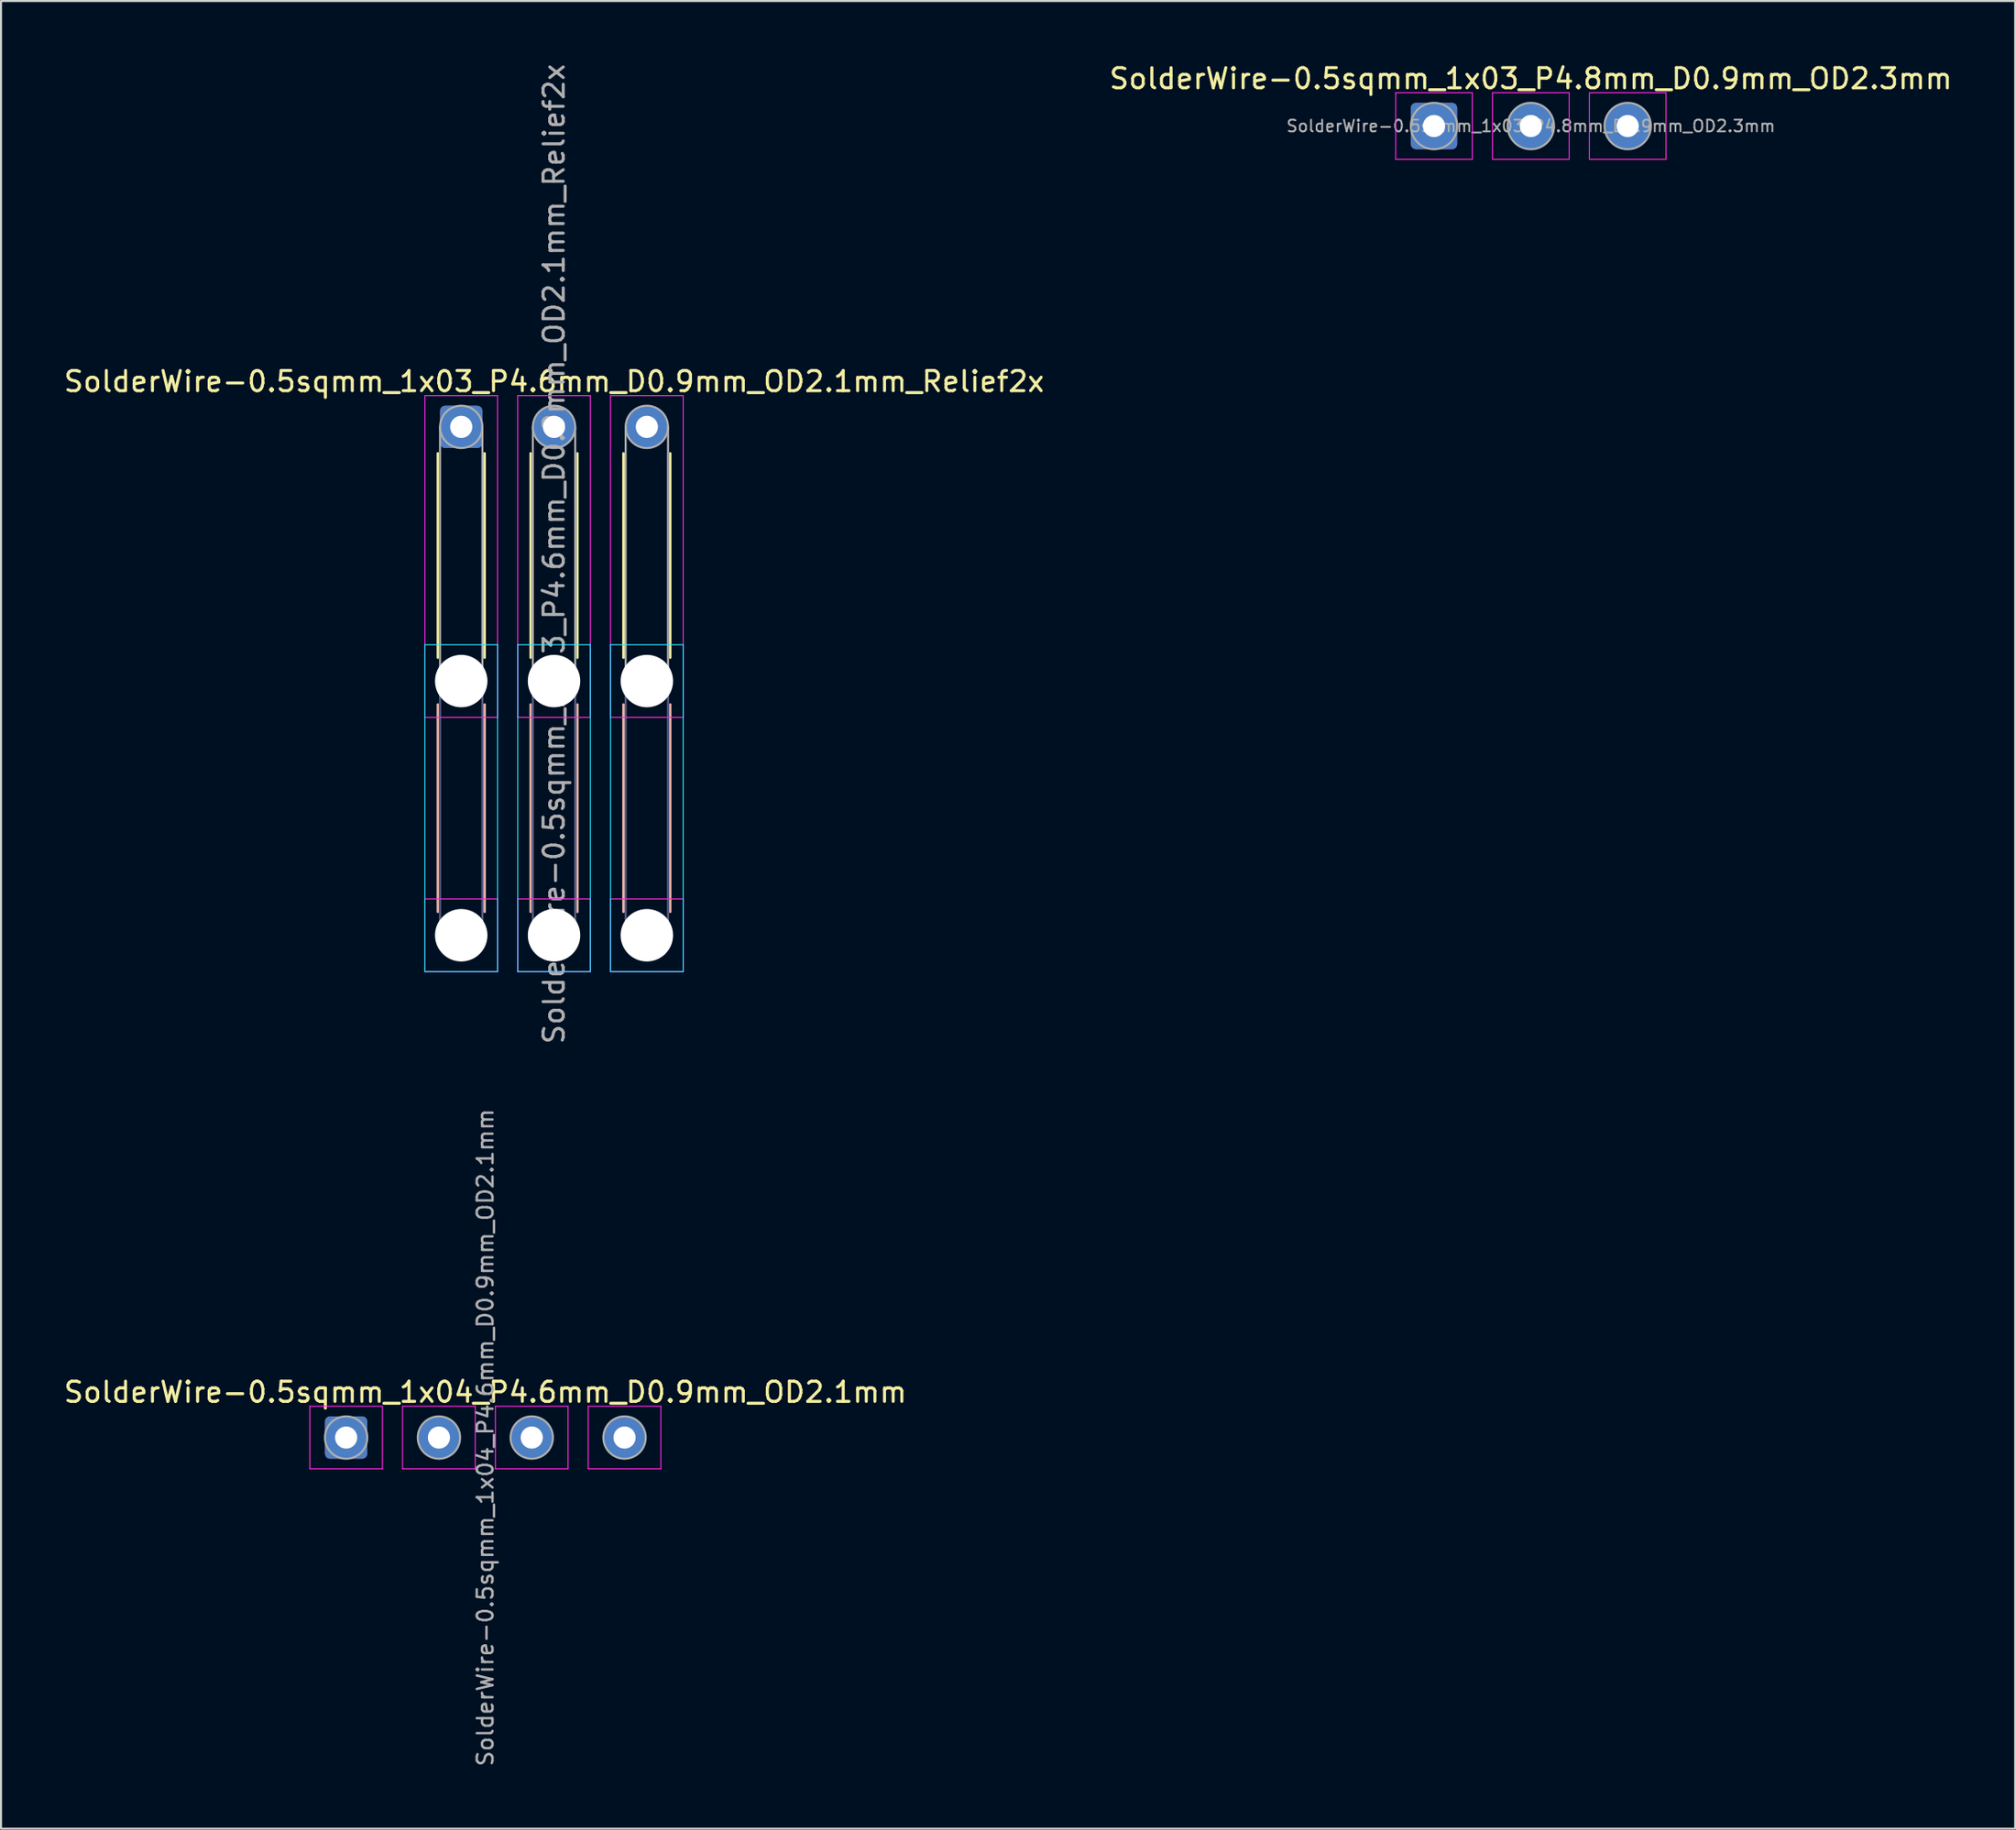
<source format=kicad_pcb>
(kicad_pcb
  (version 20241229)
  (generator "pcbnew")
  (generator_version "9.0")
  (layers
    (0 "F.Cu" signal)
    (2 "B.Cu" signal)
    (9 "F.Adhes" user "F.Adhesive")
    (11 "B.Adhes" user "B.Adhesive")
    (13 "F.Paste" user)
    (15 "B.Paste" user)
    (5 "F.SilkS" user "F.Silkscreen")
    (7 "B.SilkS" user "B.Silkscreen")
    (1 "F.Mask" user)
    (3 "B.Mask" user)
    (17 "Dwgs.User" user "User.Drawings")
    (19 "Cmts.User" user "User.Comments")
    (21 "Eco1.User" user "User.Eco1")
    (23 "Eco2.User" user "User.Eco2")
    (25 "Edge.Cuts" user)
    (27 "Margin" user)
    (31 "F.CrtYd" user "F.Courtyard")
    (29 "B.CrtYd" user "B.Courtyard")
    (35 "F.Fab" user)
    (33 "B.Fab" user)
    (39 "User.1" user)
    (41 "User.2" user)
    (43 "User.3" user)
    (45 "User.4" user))
  (footprint "SolderWire-0.5sqmm_1x03_P4.8mm_D0.9mm_OD2.3mm"
    (layer "F.Cu")
    (at 68.027 3.198)
    (property "Reference" "SolderWire-0.5sqmm_1x03_P4.8mm_D0.9mm_OD2.3mm" (at 4.8 -2.35 0) (layer "F.SilkS") (effects (font (size 1 1) (thickness 0.15))))
    (attr exclude_from_pos_files exclude_from_bom)
    (fp_line (start -1.9 -1.65) (end -1.9 1.65) (stroke (width 0.05) (type solid)) (layer "F.CrtYd"))
    (fp_line (start -1.9 1.65) (end 1.9 1.65) (stroke (width 0.05) (type solid)) (layer "F.CrtYd"))
    (fp_line (start 1.9 -1.65) (end -1.9 -1.65) (stroke (width 0.05) (type solid)) (layer "F.CrtYd"))
    (fp_line (start 1.9 1.65) (end 1.9 -1.65) (stroke (width 0.05) (type solid)) (layer "F.CrtYd"))
    (fp_line (start 2.9 -1.65) (end 2.9 1.65) (stroke (width 0.05) (type solid)) (layer "F.CrtYd"))
    (fp_line (start 2.9 1.65) (end 6.7 1.65) (stroke (width 0.05) (type solid)) (layer "F.CrtYd"))
    (fp_line (start 6.7 -1.65) (end 2.9 -1.65) (stroke (width 0.05) (type solid)) (layer "F.CrtYd"))
    (fp_line (start 6.7 1.65) (end 6.7 -1.65) (stroke (width 0.05) (type solid)) (layer "F.CrtYd"))
    (fp_line (start 7.7 -1.65) (end 7.7 1.65) (stroke (width 0.05) (type solid)) (layer "F.CrtYd"))
    (fp_line (start 7.7 1.65) (end 11.5 1.65) (stroke (width 0.05) (type solid)) (layer "F.CrtYd"))
    (fp_line (start 11.5 -1.65) (end 7.7 -1.65) (stroke (width 0.05) (type solid)) (layer "F.CrtYd"))
    (fp_line (start 11.5 1.65) (end 11.5 -1.65) (stroke (width 0.05) (type solid)) (layer "F.CrtYd"))
    (fp_circle (center 0 0) (end 1.15 0) (stroke (width 0.1) (type solid)) (fill no) (layer "F.Fab"))
    (fp_circle (center 4.8 0) (end 5.95 0) (stroke (width 0.1) (type solid)) (fill no) (layer "F.Fab"))
    (fp_circle (center 9.6 0) (end 10.75 0) (stroke (width 0.1) (type solid)) (fill no) (layer "F.Fab"))
    (fp_text user "${REFERENCE}" (at 4.8 0 0) (layer "F.Fab") (effects (font (size 0.58 0.58) (thickness 0.09))))
    (pad "1" thru_hole roundrect (at 0 0) (size 2.3 2.3) (drill 1.1) (layers "*.Cu" "*.Mask") (roundrect_rratio 0.109))
    (pad "2" thru_hole circle (at 4.8 0) (size 2.3 2.3) (drill 1.1) (layers "*.Cu" "*.Mask"))
    (pad "3" thru_hole circle (at 9.6 0) (size 2.3 2.3) (drill 1.1) (layers "*.Cu" "*.Mask")))
  (footprint "SolderWire-0.5sqmm_1x03_P4.6mm_D0.9mm_OD2.1mm_Relief2x"
    (layer "F.Cu")
    (at 19.811 18.111)
    (property "Reference" "SolderWire-0.5sqmm_1x03_P4.6mm_D0.9mm_OD2.1mm_Relief2x" (at 4.6 -2.25 0) (layer "F.SilkS") (effects (font (size 1 1) (thickness 0.15))))
    (attr exclude_from_pos_files exclude_from_bom)
    (fp_line (start -1.16 1.31) (end -1.16 11.44) (stroke (width 0.12) (type solid)) (layer "F.SilkS"))
    (fp_line (start 1.16 1.31) (end 1.16 11.44) (stroke (width 0.12) (type solid)) (layer "F.SilkS"))
    (fp_line (start 3.44 1.31) (end 3.44 11.44) (stroke (width 0.12) (type solid)) (layer "F.SilkS"))
    (fp_line (start 5.76 1.31) (end 5.76 11.44) (stroke (width 0.12) (type solid)) (layer "F.SilkS"))
    (fp_line (start 8.04 1.31) (end 8.04 11.44) (stroke (width 0.12) (type solid)) (layer "F.SilkS"))
    (fp_line (start 10.36 1.31) (end 10.36 11.44) (stroke (width 0.12) (type solid)) (layer "F.SilkS"))
    (fp_line (start -1.16 13.76) (end -1.16 24.04) (stroke (width 0.12) (type solid)) (layer "B.SilkS"))
    (fp_line (start 1.16 13.76) (end 1.16 24.04) (stroke (width 0.12) (type solid)) (layer "B.SilkS"))
    (fp_line (start 3.44 13.76) (end 3.44 24.04) (stroke (width 0.12) (type solid)) (layer "B.SilkS"))
    (fp_line (start 5.76 13.76) (end 5.76 24.04) (stroke (width 0.12) (type solid)) (layer "B.SilkS"))
    (fp_line (start 8.04 13.76) (end 8.04 24.04) (stroke (width 0.12) (type solid)) (layer "B.SilkS"))
    (fp_line (start 10.36 13.76) (end 10.36 24.04) (stroke (width 0.12) (type solid)) (layer "B.SilkS"))
    (fp_line (start -1.8 10.8) (end -1.8 27) (stroke (width 0.05) (type solid)) (layer "B.CrtYd"))
    (fp_line (start -1.8 27) (end 1.8 27) (stroke (width 0.05) (type solid)) (layer "B.CrtYd"))
    (fp_line (start 1.8 10.8) (end -1.8 10.8) (stroke (width 0.05) (type solid)) (layer "B.CrtYd"))
    (fp_line (start 1.8 27) (end 1.8 10.8) (stroke (width 0.05) (type solid)) (layer "B.CrtYd"))
    (fp_line (start 2.8 10.8) (end 2.8 27) (stroke (width 0.05) (type solid)) (layer "B.CrtYd"))
    (fp_line (start 2.8 27) (end 6.4 27) (stroke (width 0.05) (type solid)) (layer "B.CrtYd"))
    (fp_line (start 6.4 10.8) (end 2.8 10.8) (stroke (width 0.05) (type solid)) (layer "B.CrtYd"))
    (fp_line (start 6.4 27) (end 6.4 10.8) (stroke (width 0.05) (type solid)) (layer "B.CrtYd"))
    (fp_line (start 7.4 10.8) (end 7.4 27) (stroke (width 0.05) (type solid)) (layer "B.CrtYd"))
    (fp_line (start 7.4 27) (end 11 27) (stroke (width 0.05) (type solid)) (layer "B.CrtYd"))
    (fp_line (start 11 10.8) (end 7.4 10.8) (stroke (width 0.05) (type solid)) (layer "B.CrtYd"))
    (fp_line (start 11 27) (end 11 10.8) (stroke (width 0.05) (type solid)) (layer "B.CrtYd"))
    (fp_line (start -1.8 -1.55) (end -1.8 14.4) (stroke (width 0.05) (type solid)) (layer "F.CrtYd"))
    (fp_line (start -1.8 14.4) (end 1.8 14.4) (stroke (width 0.05) (type solid)) (layer "F.CrtYd"))
    (fp_line (start -1.8 23.4) (end -1.8 27) (stroke (width 0.05) (type solid)) (layer "F.CrtYd"))
    (fp_line (start -1.8 27) (end 1.8 27) (stroke (width 0.05) (type solid)) (layer "F.CrtYd"))
    (fp_line (start 1.8 -1.55) (end -1.8 -1.55) (stroke (width 0.05) (type solid)) (layer "F.CrtYd"))
    (fp_line (start 1.8 14.4) (end 1.8 -1.55) (stroke (width 0.05) (type solid)) (layer "F.CrtYd"))
    (fp_line (start 1.8 23.4) (end -1.8 23.4) (stroke (width 0.05) (type solid)) (layer "F.CrtYd"))
    (fp_line (start 1.8 27) (end 1.8 23.4) (stroke (width 0.05) (type solid)) (layer "F.CrtYd"))
    (fp_line (start 2.8 -1.55) (end 2.8 14.4) (stroke (width 0.05) (type solid)) (layer "F.CrtYd"))
    (fp_line (start 2.8 14.4) (end 6.4 14.4) (stroke (width 0.05) (type solid)) (layer "F.CrtYd"))
    (fp_line (start 2.8 23.4) (end 2.8 27) (stroke (width 0.05) (type solid)) (layer "F.CrtYd"))
    (fp_line (start 2.8 27) (end 6.4 27) (stroke (width 0.05) (type solid)) (layer "F.CrtYd"))
    (fp_line (start 6.4 -1.55) (end 2.8 -1.55) (stroke (width 0.05) (type solid)) (layer "F.CrtYd"))
    (fp_line (start 6.4 14.4) (end 6.4 -1.55) (stroke (width 0.05) (type solid)) (layer "F.CrtYd"))
    (fp_line (start 6.4 23.4) (end 2.8 23.4) (stroke (width 0.05) (type solid)) (layer "F.CrtYd"))
    (fp_line (start 6.4 27) (end 6.4 23.4) (stroke (width 0.05) (type solid)) (layer "F.CrtYd"))
    (fp_line (start 7.4 -1.55) (end 7.4 14.4) (stroke (width 0.05) (type solid)) (layer "F.CrtYd"))
    (fp_line (start 7.4 14.4) (end 11 14.4) (stroke (width 0.05) (type solid)) (layer "F.CrtYd"))
    (fp_line (start 7.4 23.4) (end 7.4 27) (stroke (width 0.05) (type solid)) (layer "F.CrtYd"))
    (fp_line (start 7.4 27) (end 11 27) (stroke (width 0.05) (type solid)) (layer "F.CrtYd"))
    (fp_line (start 11 -1.55) (end 7.4 -1.55) (stroke (width 0.05) (type solid)) (layer "F.CrtYd"))
    (fp_line (start 11 14.4) (end 11 -1.55) (stroke (width 0.05) (type solid)) (layer "F.CrtYd"))
    (fp_line (start 11 23.4) (end 7.4 23.4) (stroke (width 0.05) (type solid)) (layer "F.CrtYd"))
    (fp_line (start 11 27) (end 11 23.4) (stroke (width 0.05) (type solid)) (layer "F.CrtYd"))
    (fp_line (start -1.05 12.6) (end -1.05 25.2) (stroke (width 0.1) (type solid)) (layer "B.Fab"))
    (fp_line (start 1.05 12.6) (end 1.05 25.2) (stroke (width 0.1) (type solid)) (layer "B.Fab"))
    (fp_line (start 3.55 12.6) (end 3.55 25.2) (stroke (width 0.1) (type solid)) (layer "B.Fab"))
    (fp_line (start 5.65 12.6) (end 5.65 25.2) (stroke (width 0.1) (type solid)) (layer "B.Fab"))
    (fp_line (start 8.15 12.6) (end 8.15 25.2) (stroke (width 0.1) (type solid)) (layer "B.Fab"))
    (fp_line (start 10.25 12.6) (end 10.25 25.2) (stroke (width 0.1) (type solid)) (layer "B.Fab"))
    (fp_circle (center 0 12.6) (end 1.05 12.6) (stroke (width 0.1) (type solid)) (fill no) (layer "B.Fab"))
    (fp_circle (center 0 25.2) (end 1.05 25.2) (stroke (width 0.1) (type solid)) (fill no) (layer "B.Fab"))
    (fp_circle (center 4.6 12.6) (end 5.65 12.6) (stroke (width 0.1) (type solid)) (fill no) (layer "B.Fab"))
    (fp_circle (center 4.6 25.2) (end 5.65 25.2) (stroke (width 0.1) (type solid)) (fill no) (layer "B.Fab"))
    (fp_circle (center 9.2 12.6) (end 10.25 12.6) (stroke (width 0.1) (type solid)) (fill no) (layer "B.Fab"))
    (fp_circle (center 9.2 25.2) (end 10.25 25.2) (stroke (width 0.1) (type solid)) (fill no) (layer "B.Fab"))
    (fp_line (start -1.05 0) (end -1.05 12.6) (stroke (width 0.1) (type solid)) (layer "F.Fab"))
    (fp_line (start 1.05 0) (end 1.05 12.6) (stroke (width 0.1) (type solid)) (layer "F.Fab"))
    (fp_line (start 3.55 0) (end 3.55 12.6) (stroke (width 0.1) (type solid)) (layer "F.Fab"))
    (fp_line (start 5.65 0) (end 5.65 12.6) (stroke (width 0.1) (type solid)) (layer "F.Fab"))
    (fp_line (start 8.15 0) (end 8.15 12.6) (stroke (width 0.1) (type solid)) (layer "F.Fab"))
    (fp_line (start 10.25 0) (end 10.25 12.6) (stroke (width 0.1) (type solid)) (layer "F.Fab"))
    (fp_circle (center 0 0) (end 1.05 0) (stroke (width 0.1) (type solid)) (fill no) (layer "F.Fab"))
    (fp_circle (center 0 12.6) (end 1.05 12.6) (stroke (width 0.1) (type solid)) (fill no) (layer "F.Fab"))
    (fp_circle (center 0 25.2) (end 1.05 25.2) (stroke (width 0.1) (type solid)) (fill no) (layer "F.Fab"))
    (fp_circle (center 4.6 0) (end 5.65 0) (stroke (width 0.1) (type solid)) (fill no) (layer "F.Fab"))
    (fp_circle (center 4.6 12.6) (end 5.65 12.6) (stroke (width 0.1) (type solid)) (fill no) (layer "F.Fab"))
    (fp_circle (center 4.6 25.2) (end 5.65 25.2) (stroke (width 0.1) (type solid)) (fill no) (layer "F.Fab"))
    (fp_circle (center 9.2 0) (end 10.25 0) (stroke (width 0.1) (type solid)) (fill no) (layer "F.Fab"))
    (fp_circle (center 9.2 12.6) (end 10.25 12.6) (stroke (width 0.1) (type solid)) (fill no) (layer "F.Fab"))
    (fp_circle (center 9.2 25.2) (end 10.25 25.2) (stroke (width 0.1) (type solid)) (fill no) (layer "F.Fab"))
    (fp_text user "${REFERENCE}" (at 4.6 6.3 90) (layer "F.Fab") (effects (font (size 1 1) (thickness 0.15))))
    (pad "" np_thru_hole circle (at 0 12.6) (size 2.6 2.6) (drill 2.6) (layers "*.Cu" "*.Mask"))
    (pad "" np_thru_hole circle (at 0 25.2) (size 2.6 2.6) (drill 2.6) (layers "*.Cu" "*.Mask"))
    (pad "" np_thru_hole circle (at 4.6 12.6) (size 2.6 2.6) (drill 2.6) (layers "*.Cu" "*.Mask"))
    (pad "" np_thru_hole circle (at 4.6 25.2) (size 2.6 2.6) (drill 2.6) (layers "*.Cu" "*.Mask"))
    (pad "" np_thru_hole circle (at 9.2 12.6) (size 2.6 2.6) (drill 2.6) (layers "*.Cu" "*.Mask"))
    (pad "" np_thru_hole circle (at 9.2 25.2) (size 2.6 2.6) (drill 2.6) (layers "*.Cu" "*.Mask"))
    (pad "1" thru_hole roundrect (at 0 0) (size 2.1 2.1) (drill 1.1) (layers "*.Cu" "*.Mask") (roundrect_rratio 0.119))
    (pad "2" thru_hole circle (at 4.6 0) (size 2.1 2.1) (drill 1.1) (layers "*.Cu" "*.Mask"))
    (pad "3" thru_hole circle (at 9.2 0) (size 2.1 2.1) (drill 1.1) (layers "*.Cu" "*.Mask")))
  (footprint "SolderWire-0.5sqmm_1x04_P4.6mm_D0.9mm_OD2.1mm"
    (layer "F.Cu")
    (at 14.106 68.211)
    (property "Reference" "SolderWire-0.5sqmm_1x04_P4.6mm_D0.9mm_OD2.1mm" (at 6.9 -2.25 0) (layer "F.SilkS") (effects (font (size 1 1) (thickness 0.15))))
    (attr exclude_from_pos_files exclude_from_bom)
    (fp_line (start -1.8 -1.55) (end -1.8 1.55) (stroke (width 0.05) (type solid)) (layer "F.CrtYd"))
    (fp_line (start -1.8 1.55) (end 1.8 1.55) (stroke (width 0.05) (type solid)) (layer "F.CrtYd"))
    (fp_line (start 1.8 -1.55) (end -1.8 -1.55) (stroke (width 0.05) (type solid)) (layer "F.CrtYd"))
    (fp_line (start 1.8 1.55) (end 1.8 -1.55) (stroke (width 0.05) (type solid)) (layer "F.CrtYd"))
    (fp_line (start 2.8 -1.55) (end 2.8 1.55) (stroke (width 0.05) (type solid)) (layer "F.CrtYd"))
    (fp_line (start 2.8 1.55) (end 6.4 1.55) (stroke (width 0.05) (type solid)) (layer "F.CrtYd"))
    (fp_line (start 6.4 -1.55) (end 2.8 -1.55) (stroke (width 0.05) (type solid)) (layer "F.CrtYd"))
    (fp_line (start 6.4 1.55) (end 6.4 -1.55) (stroke (width 0.05) (type solid)) (layer "F.CrtYd"))
    (fp_line (start 7.4 -1.55) (end 7.4 1.55) (stroke (width 0.05) (type solid)) (layer "F.CrtYd"))
    (fp_line (start 7.4 1.55) (end 11 1.55) (stroke (width 0.05) (type solid)) (layer "F.CrtYd"))
    (fp_line (start 11 -1.55) (end 7.4 -1.55) (stroke (width 0.05) (type solid)) (layer "F.CrtYd"))
    (fp_line (start 11 1.55) (end 11 -1.55) (stroke (width 0.05) (type solid)) (layer "F.CrtYd"))
    (fp_line (start 12 -1.55) (end 12 1.55) (stroke (width 0.05) (type solid)) (layer "F.CrtYd"))
    (fp_line (start 12 1.55) (end 15.6 1.55) (stroke (width 0.05) (type solid)) (layer "F.CrtYd"))
    (fp_line (start 15.6 -1.55) (end 12 -1.55) (stroke (width 0.05) (type solid)) (layer "F.CrtYd"))
    (fp_line (start 15.6 1.55) (end 15.6 -1.55) (stroke (width 0.05) (type solid)) (layer "F.CrtYd"))
    (fp_circle (center 0 0) (end 1.05 0) (stroke (width 0.1) (type solid)) (fill no) (layer "F.Fab"))
    (fp_circle (center 4.6 0) (end 5.65 0) (stroke (width 0.1) (type solid)) (fill no) (layer "F.Fab"))
    (fp_circle (center 9.2 0) (end 10.25 0) (stroke (width 0.1) (type solid)) (fill no) (layer "F.Fab"))
    (fp_circle (center 13.8 0) (end 14.85 0) (stroke (width 0.1) (type solid)) (fill no) (layer "F.Fab"))
    (fp_text user "${REFERENCE}" (at 6.9 0 90) (layer "F.Fab") (effects (font (size 0.78 0.78) (thickness 0.12))))
    (pad "1" thru_hole roundrect (at 0 0) (size 2.1 2.1) (drill 1.1) (layers "*.Cu" "*.Mask") (roundrect_rratio 0.119))
    (pad "2" thru_hole circle (at 4.6 0) (size 2.1 2.1) (drill 1.1) (layers "*.Cu" "*.Mask"))
    (pad "3" thru_hole circle (at 9.2 0) (size 2.1 2.1) (drill 1.1) (layers "*.Cu" "*.Mask"))
    (pad "4" thru_hole circle (at 13.8 0) (size 2.1 2.1) (drill 1.1) (layers "*.Cu" "*.Mask")))
  (gr_rect
    (start -3 -3)
    (end 96.833 87.6)
    (stroke (width 0.1) (type default))
    (fill no)
    (layer "Edge.Cuts")))
</source>
